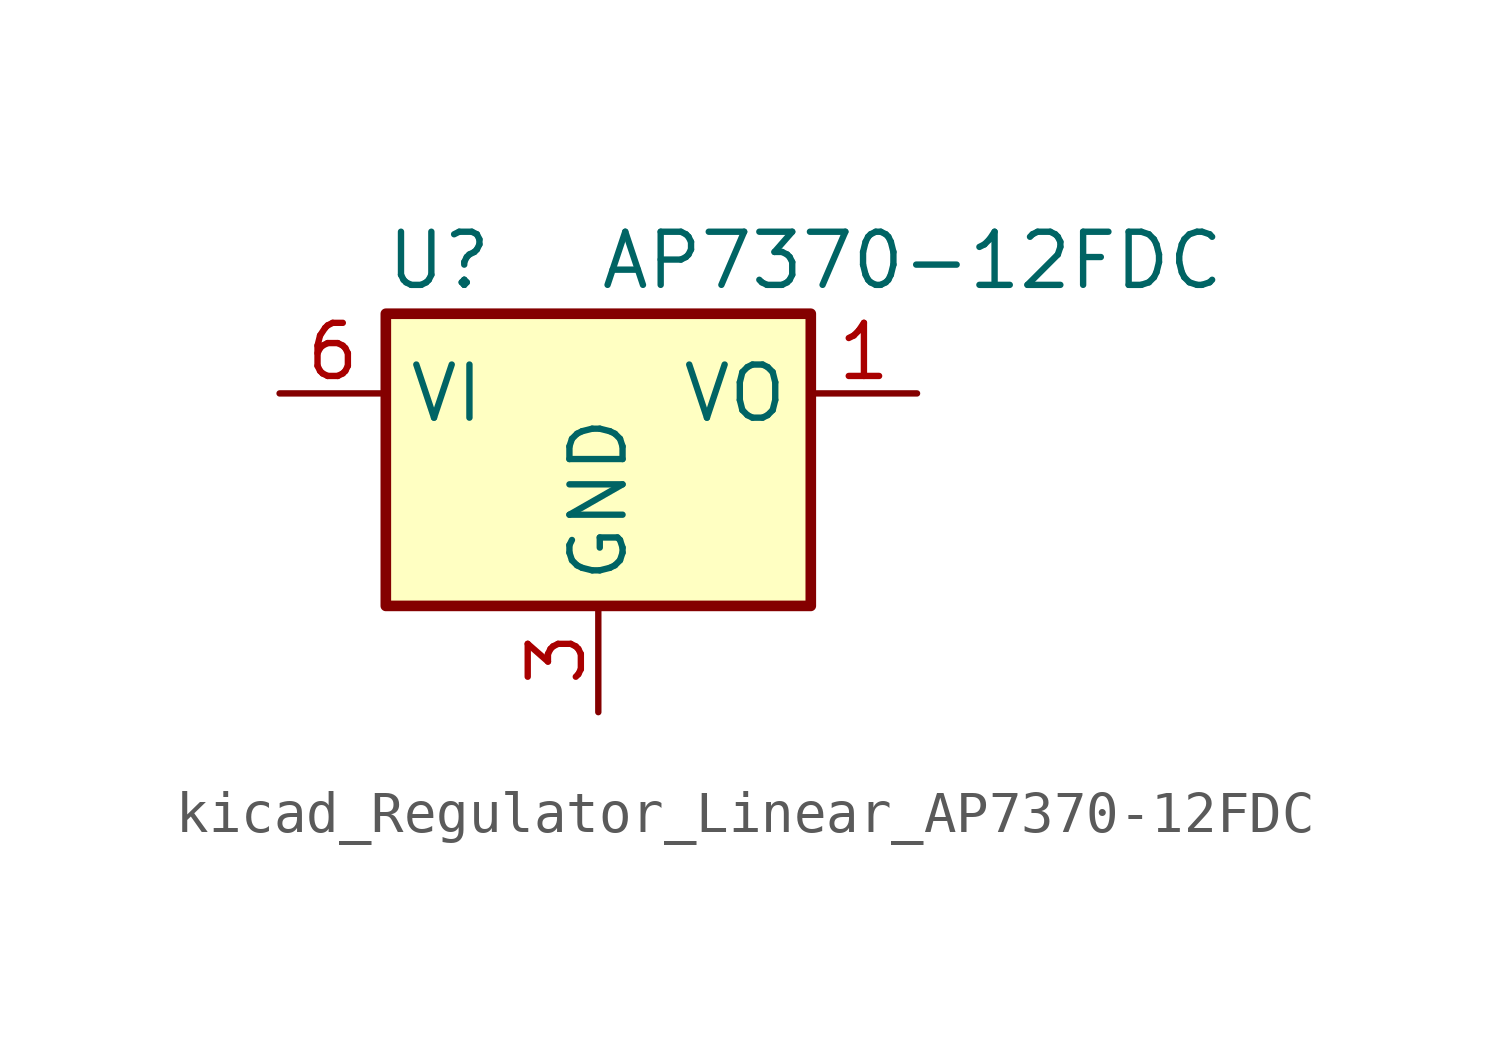
<source format=kicad_sym>
(kicad_symbol_lib
  (version 20220914)
  (generator kicad_symbol_editor)
  (symbol "kicad_Regulator_Linear_AP7370-12FDC"
    (property "Reference" "U"
      (at -3.81 3.175 0)
      (effects (font (size 1.27 1.27))))
    (property "Value" "AP7370-12FDC"
      (at 0 3.175 0)
      (effects (font (size 1.27 1.27)) (justify left)))
    (symbol "kicad_Regulator_Linear_AP7370-12FDC_0_1"
      (rectangle (start -5.08 -5.08) (end 5.08 1.905) (stroke (width 0.254) (type default)) (fill (type background))))
    (symbol "kicad_Regulator_Linear_AP7370-12FDC_1_1"
      (pin power_out line (at 7.62 0 180) (length 2.54) (name "VO" (effects (font (size 1.27 1.27)))) (number "1" (effects (font (size 1.27 1.27)))))
      (pin no_connect line (at -5.08 -2.54 0) (length 2.54) hide (name "NC" (effects (font (size 1.27 1.27)))) (number "2" (effects (font (size 1.27 1.27)))))
      (pin power_in line (at 0 -7.62 90) (length 2.54) (name "GND" (effects (font (size 1.27 1.27)))) (number "3" (effects (font (size 1.27 1.27)))))
      (pin no_connect line (at 5.08 -2.54 180) (length 2.54) hide (name "NC" (effects (font (size 1.27 1.27)))) (number "4" (effects (font (size 1.27 1.27)))))
      (pin no_connect line (at -5.08 -5.08 0) (length 2.54) hide (name "NC" (effects (font (size 1.27 1.27)))) (number "5" (effects (font (size 1.27 1.27)))))
      (pin power_in line (at -7.62 0 0) (length 2.54) (name "VI" (effects (font (size 1.27 1.27)))) (number "6" (effects (font (size 1.27 1.27)))))
      (pin passive line (at 0 -7.62 90) (length 2.54) hide (name "GND" (effects (font (size 1.27 1.27)))) (number "7" (effects (font (size 1.27 1.27))))))))
</source>
